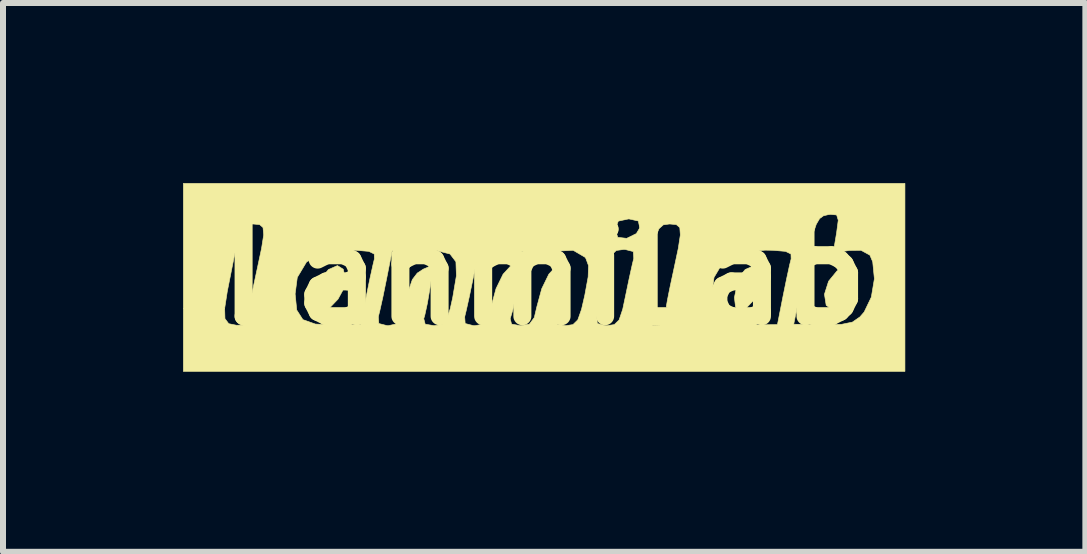
<source format=kicad_pcb>
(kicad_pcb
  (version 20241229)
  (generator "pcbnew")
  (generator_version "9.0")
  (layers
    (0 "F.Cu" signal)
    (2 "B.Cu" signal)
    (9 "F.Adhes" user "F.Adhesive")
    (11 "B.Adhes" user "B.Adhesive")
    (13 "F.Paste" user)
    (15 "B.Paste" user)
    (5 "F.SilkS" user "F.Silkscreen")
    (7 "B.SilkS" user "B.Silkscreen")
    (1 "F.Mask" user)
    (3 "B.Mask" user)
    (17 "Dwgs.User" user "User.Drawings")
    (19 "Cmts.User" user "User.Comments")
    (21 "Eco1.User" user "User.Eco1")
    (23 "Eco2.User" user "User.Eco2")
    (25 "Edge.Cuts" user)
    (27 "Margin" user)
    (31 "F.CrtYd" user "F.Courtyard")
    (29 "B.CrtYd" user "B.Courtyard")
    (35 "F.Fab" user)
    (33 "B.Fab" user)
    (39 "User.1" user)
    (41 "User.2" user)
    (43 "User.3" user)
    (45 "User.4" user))
  (footprint "LanmiLab"
    (layer "F.Cu")
    (at 6.016 1.529)
    (property "Reference" "LanmiLab" (at 0 0 0) (layer "F.SilkS") (effects (font (size 1.524 1.524) (thickness 0.3))))
    (attr through_hole)
    (fp_poly (pts (xy 5.141 -0.022) (xy 5.121 0.17) (xy 5.066 0.306) (xy 4.929 0.51) (xy 4.795 0.576) (xy 4.699 0.508) (xy 4.67 0.323) (xy 4.739 0.106) (xy 4.878 -0.064) (xy 4.913 -0.086) (xy 5.068 -0.117) (xy 5.141 -0.022)) (stroke (width 0.01) (type solid)) (fill yes) (layer "F.SilkS"))
    (fp_poly (pts (xy -3.347 -0.093) (xy -3.312 0.057) (xy -3.354 0.257) (xy -3.434 0.404) (xy -3.59 0.567) (xy -3.715 0.573) (xy -3.755 0.529) (xy -3.773 0.378) (xy -3.729 0.164) (xy -3.645 -0.027) (xy -3.593 -0.089) (xy -3.444 -0.154) (xy -3.347 -0.093)) (stroke (width 0.01) (type solid)) (fill yes) (layer "F.SilkS"))
    (fp_poly (pts (xy 3.596 -0.093) (xy 3.63 0.057) (xy 3.589 0.257) (xy 3.509 0.404) (xy 3.353 0.567) (xy 3.228 0.573) (xy 3.188 0.529) (xy 3.17 0.378) (xy 3.214 0.164) (xy 3.298 -0.027) (xy 3.35 -0.089) (xy 3.499 -0.154) (xy 3.596 -0.093)) (stroke (width 0.01) (type solid)) (fill yes) (layer "F.SilkS"))
    (fp_poly (pts (xy 6.011 1.609) (xy -6.011 1.609) (xy -6.011 0.559) (xy -5.323 0.559) (xy -5.318 0.73) (xy -5.255 0.814) (xy -5.125 0.84) (xy -4.918 0.833) (xy -4.854 0.83) (xy -4.559 0.796) (xy -4.377 0.738) (xy -4.339 0.699) (xy -4.382 0.621) (xy -4.583 0.593) (xy -4.607 0.593) (xy -4.805 0.577) (xy -4.905 0.539) (xy -4.908 0.529) (xy -4.889 0.419) (xy -4.869 0.318) (xy -4.149 0.318) (xy -4.122 0.587) (xy -4.02 0.746) (xy -3.812 0.82) (xy -3.504 0.835) (xy -3.056 0.829) (xy -3.03 0.699) (xy -2.763 0.699) (xy -2.755 0.811) (xy -2.618 0.846) (xy -2.595 0.847) (xy -2.438 0.812) (xy -2.354 0.677) (xy -2.329 0.572) (xy -2.26 0.264) (xy -2.196 0.079) (xy -2.114 -0.029) (xy -2.015 -0.094) (xy -1.912 -0.139) (xy -1.87 -0.106) (xy -1.876 0.038) (xy -1.901 0.214) (xy -1.946 0.477) (xy -1.99 0.679) (xy -2.006 0.73) (xy -1.982 0.822) (xy -1.835 0.847) (xy -1.708 0.829) (xy -1.627 0.748) (xy -1.61 0.699) (xy -1.324 0.699) (xy -1.316 0.811) (xy -1.18 0.846) (xy -1.153 0.847) (xy -1.005 0.82) (xy -0.925 0.708) (xy -0.883 0.529) (xy -0.802 0.231) (xy -0.684 -0.011) (xy -0.555 -0.151) (xy -0.496 -0.169) (xy -0.458 -0.096) (xy -0.452 0.09) (xy -0.474 0.333) (xy -0.521 0.581) (xy -0.566 0.73) (xy -0.543 0.821) (xy -0.394 0.847) (xy -0.245 0.821) (xy -0.164 0.711) (xy -0.121 0.529) (xy -0.04 0.231) (xy 0.078 -0.011) (xy 0.207 -0.151) (xy 0.266 -0.169) (xy 0.304 -0.096) (xy 0.31 0.09) (xy 0.288 0.333) (xy 0.241 0.581) (xy 0.196 0.73) (xy 0.22 0.823) (xy 0.36 0.847) (xy 0.48 0.829) (xy 0.56 0.751) (xy 0.579 0.699) (xy 0.877 0.699) (xy 0.886 0.811) (xy 1.022 0.846) (xy 1.047 0.847) (xy 1.169 0.829) (xy 1.249 0.751) (xy 1.309 0.573) (xy 1.312 0.559) (xy 1.62 0.559) (xy 1.625 0.73) (xy 1.687 0.814) (xy 1.817 0.84) (xy 2.024 0.833) (xy 2.089 0.83) (xy 2.384 0.796) (xy 2.565 0.738) (xy 2.604 0.699) (xy 2.561 0.621) (xy 2.36 0.593) (xy 2.335 0.593) (xy 2.138 0.577) (xy 2.038 0.539) (xy 2.035 0.529) (xy 2.054 0.419) (xy 2.074 0.318) (xy 2.794 0.318) (xy 2.821 0.587) (xy 2.923 0.746) (xy 3.131 0.82) (xy 3.438 0.835) (xy 3.886 0.829) (xy 3.888 0.823) (xy 4.158 0.823) (xy 4.659 0.83) (xy 4.953 0.825) (xy 5.135 0.788) (xy 5.261 0.701) (xy 5.332 0.619) (xy 5.451 0.371) (xy 5.502 0.066) (xy 5.474 -0.217) (xy 5.427 -0.328) (xy 5.279 -0.409) (xy 5.084 -0.406) (xy 4.816 -0.366) (xy 4.872 -0.698) (xy 4.9 -0.91) (xy 4.873 -0.998) (xy 4.771 -1.007) (xy 4.729 -1.002) (xy 4.652 -0.983) (xy 4.589 -0.937) (xy 4.533 -0.841) (xy 4.476 -0.671) (xy 4.409 -0.405) (xy 4.327 -0.021) (xy 4.221 0.505) (xy 4.21 0.56) (xy 4.158 0.823) (xy 3.888 0.823) (xy 3.981 0.351) (xy 4.04 0.063) (xy 4.091 -0.171) (xy 4.115 -0.266) (xy 4.112 -0.347) (xy 4.022 -0.391) (xy 3.812 -0.409) (xy 3.679 -0.411) (xy 3.266 -0.366) (xy 2.984 -0.216) (xy 2.83 0.043) (xy 2.794 0.318) (xy 2.074 0.318) (xy 2.099 0.194) (xy 2.159 -0.085) (xy 2.235 -0.442) (xy 2.269 -0.665) (xy 2.26 -0.787) (xy 2.202 -0.837) (xy 2.095 -0.847) (xy 2.086 -0.847) (xy 1.985 -0.833) (xy 1.913 -0.768) (xy 1.853 -0.621) (xy 1.79 -0.359) (xy 1.747 -0.148) (xy 1.664 0.275) (xy 1.62 0.559) (xy 1.312 0.559) (xy 1.354 0.36) (xy 1.415 0.068) (xy 1.468 -0.172) (xy 1.493 -0.275) (xy 1.485 -0.388) (xy 1.348 -0.423) (xy 1.324 -0.423) (xy 1.201 -0.406) (xy 1.122 -0.328) (xy 1.062 -0.149) (xy 1.016 0.064) (xy 0.956 0.356) (xy 0.903 0.596) (xy 0.877 0.699) (xy 0.579 0.699) (xy 0.623 0.574) (xy 0.677 0.34) (xy 0.733 0.035) (xy 0.739 -0.154) (xy 0.695 -0.273) (xy 0.678 -0.295) (xy 0.483 -0.409) (xy 0.223 -0.395) (xy 0.084 -0.338) (xy -0.069 -0.3) (xy -0.123 -0.331) (xy -0.228 -0.374) (xy -0.446 -0.401) (xy -0.632 -0.405) (xy -1.093 -0.401) (xy -1.187 0.075) (xy -1.247 0.364) (xy -1.3 0.601) (xy -1.324 0.699) (xy -1.61 0.699) (xy -1.565 0.566) (xy -1.524 0.382) (xy -1.462 0.015) (xy -1.47 -0.218) (xy -1.568 -0.347) (xy -1.774 -0.4) (xy -2.033 -0.407) (xy -2.533 -0.399) (xy -2.627 0.075) (xy -2.686 0.365) (xy -2.739 0.602) (xy -2.763 0.699) (xy -3.03 0.699) (xy -2.962 0.351) (xy -2.903 0.063) (xy -2.851 -0.171) (xy -2.828 -0.266) (xy -2.831 -0.347) (xy -2.92 -0.391) (xy -3.131 -0.409) (xy -3.264 -0.411) (xy -3.677 -0.366) (xy -3.958 -0.216) (xy -4.113 0.043) (xy -4.149 0.318) (xy -4.869 0.318) (xy -4.844 0.194) (xy -4.784 -0.085) (xy -4.708 -0.442) (xy -4.673 -0.665) (xy -4.681 -0.756) (xy 1.185 -0.756) (xy 1.226 -0.625) (xy 1.374 -0.608) (xy 1.375 -0.608) (xy 1.536 -0.687) (xy 1.593 -0.783) (xy 1.569 -0.897) (xy 1.416 -0.931) (xy 1.403 -0.931) (xy 1.235 -0.895) (xy 1.185 -0.765) (xy 1.185 -0.756) (xy -4.681 -0.756) (xy -4.683 -0.787) (xy -4.74 -0.837) (xy -4.848 -0.847) (xy -4.857 -0.847) (xy -4.958 -0.833) (xy -5.03 -0.768) (xy -5.09 -0.621) (xy -5.153 -0.359) (xy -5.195 -0.148) (xy -5.279 0.275) (xy -5.323 0.559) (xy -6.011 0.559) (xy -6.011 -1.524) (xy 6.011 -1.524) (xy 6.011 1.609)) (stroke (width 0.01) (type solid)) (fill yes) (layer "F.SilkS")))
  (gr_rect
    (start -3 -3)
    (end 15.033 6.143)
    (stroke (width 0.1) (type default))
    (fill no)
    (layer "Edge.Cuts")))
</source>
